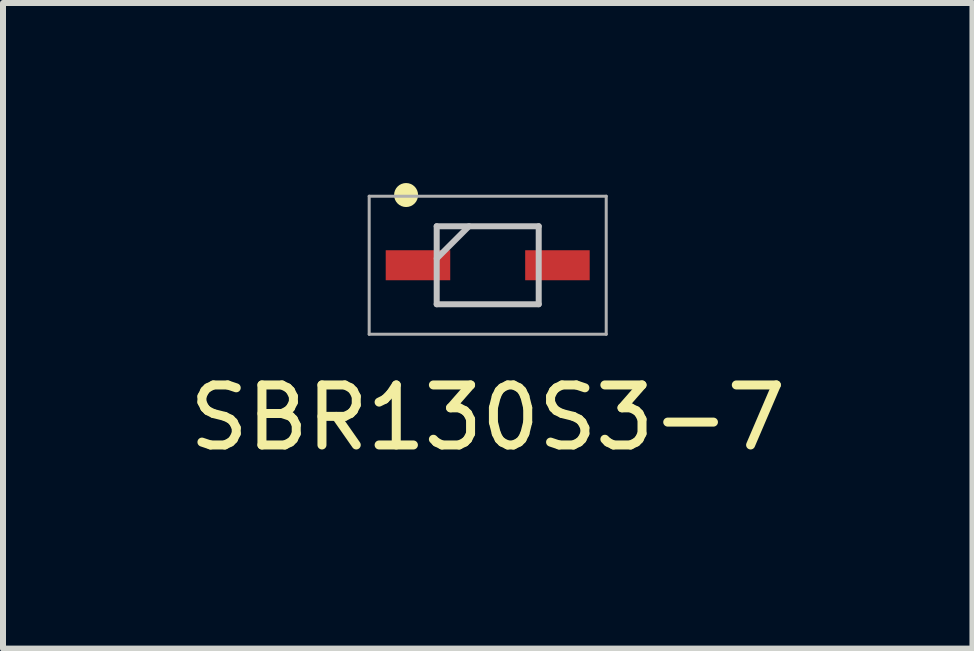
<source format=kicad_pcb>
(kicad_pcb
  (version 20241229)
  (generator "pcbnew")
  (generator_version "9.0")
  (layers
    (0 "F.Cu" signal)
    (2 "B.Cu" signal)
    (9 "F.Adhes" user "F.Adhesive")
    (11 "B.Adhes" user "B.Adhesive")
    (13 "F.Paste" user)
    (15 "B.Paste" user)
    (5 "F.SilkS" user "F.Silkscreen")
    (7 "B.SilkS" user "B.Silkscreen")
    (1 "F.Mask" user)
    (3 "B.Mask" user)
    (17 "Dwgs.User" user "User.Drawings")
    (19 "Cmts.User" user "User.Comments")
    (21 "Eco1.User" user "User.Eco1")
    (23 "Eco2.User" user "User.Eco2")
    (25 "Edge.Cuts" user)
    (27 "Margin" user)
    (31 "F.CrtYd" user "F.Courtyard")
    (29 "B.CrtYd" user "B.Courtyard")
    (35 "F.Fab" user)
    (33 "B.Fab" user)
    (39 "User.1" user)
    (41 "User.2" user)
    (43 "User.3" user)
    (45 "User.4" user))
  (footprint "SBR130S3-7"
    (layer "F.Cu")
    (at 5.077 1.37)
    (property "Reference" "SBR130S3-7" (at 0 2.54 0) (layer "F.SilkS") (effects (font (size 1 1) (thickness 0.15))))
    (attr smd)
    (fp_circle (center -1.36 -1.17) (end -1.26 -1.17) (stroke (width 0.2) (type solid)) (fill no) (layer "F.SilkS"))
    (fp_line (start -0.85 -0.65) (end 0.85 -0.65) (stroke (width 0.1) (type solid)) (layer "Dwgs.User"))
    (fp_line (start -0.85 -0.112) (end -0.312 -0.65) (stroke (width 0.1) (type solid)) (layer "Dwgs.User"))
    (fp_line (start -0.85 0.65) (end -0.85 -0.65) (stroke (width 0.1) (type solid)) (layer "Dwgs.User"))
    (fp_line (start 0.85 -0.65) (end 0.85 0.65) (stroke (width 0.1) (type solid)) (layer "Dwgs.User"))
    (fp_line (start 0.85 0.65) (end -0.85 0.65) (stroke (width 0.1) (type solid)) (layer "Dwgs.User"))
    (fp_line (start -1.975 -1.15) (end 1.975 -1.15) (stroke (width 0.05) (type solid)) (layer "F.Fab"))
    (fp_line (start -1.975 1.15) (end -1.975 -1.15) (stroke (width 0.05) (type solid)) (layer "F.Fab"))
    (fp_line (start 1.975 -1.15) (end 1.975 1.15) (stroke (width 0.05) (type solid)) (layer "F.Fab"))
    (fp_line (start 1.975 1.15) (end -1.975 1.15) (stroke (width 0.05) (type solid)) (layer "F.Fab"))
    (pad "1" smd rect (at -1.162 0) (size 1.075 0.5) (layers "F.Cu" "F.Mask" "F.Paste"))
    (pad "2" smd rect (at 1.162 0) (size 1.075 0.5) (layers "F.Cu" "F.Mask" "F.Paste")))
  (gr_rect
    (start -3 -3)
    (end 13.155 7.758)
    (stroke (width 0.1) (type default))
    (fill no)
    (layer "Edge.Cuts")))
</source>
